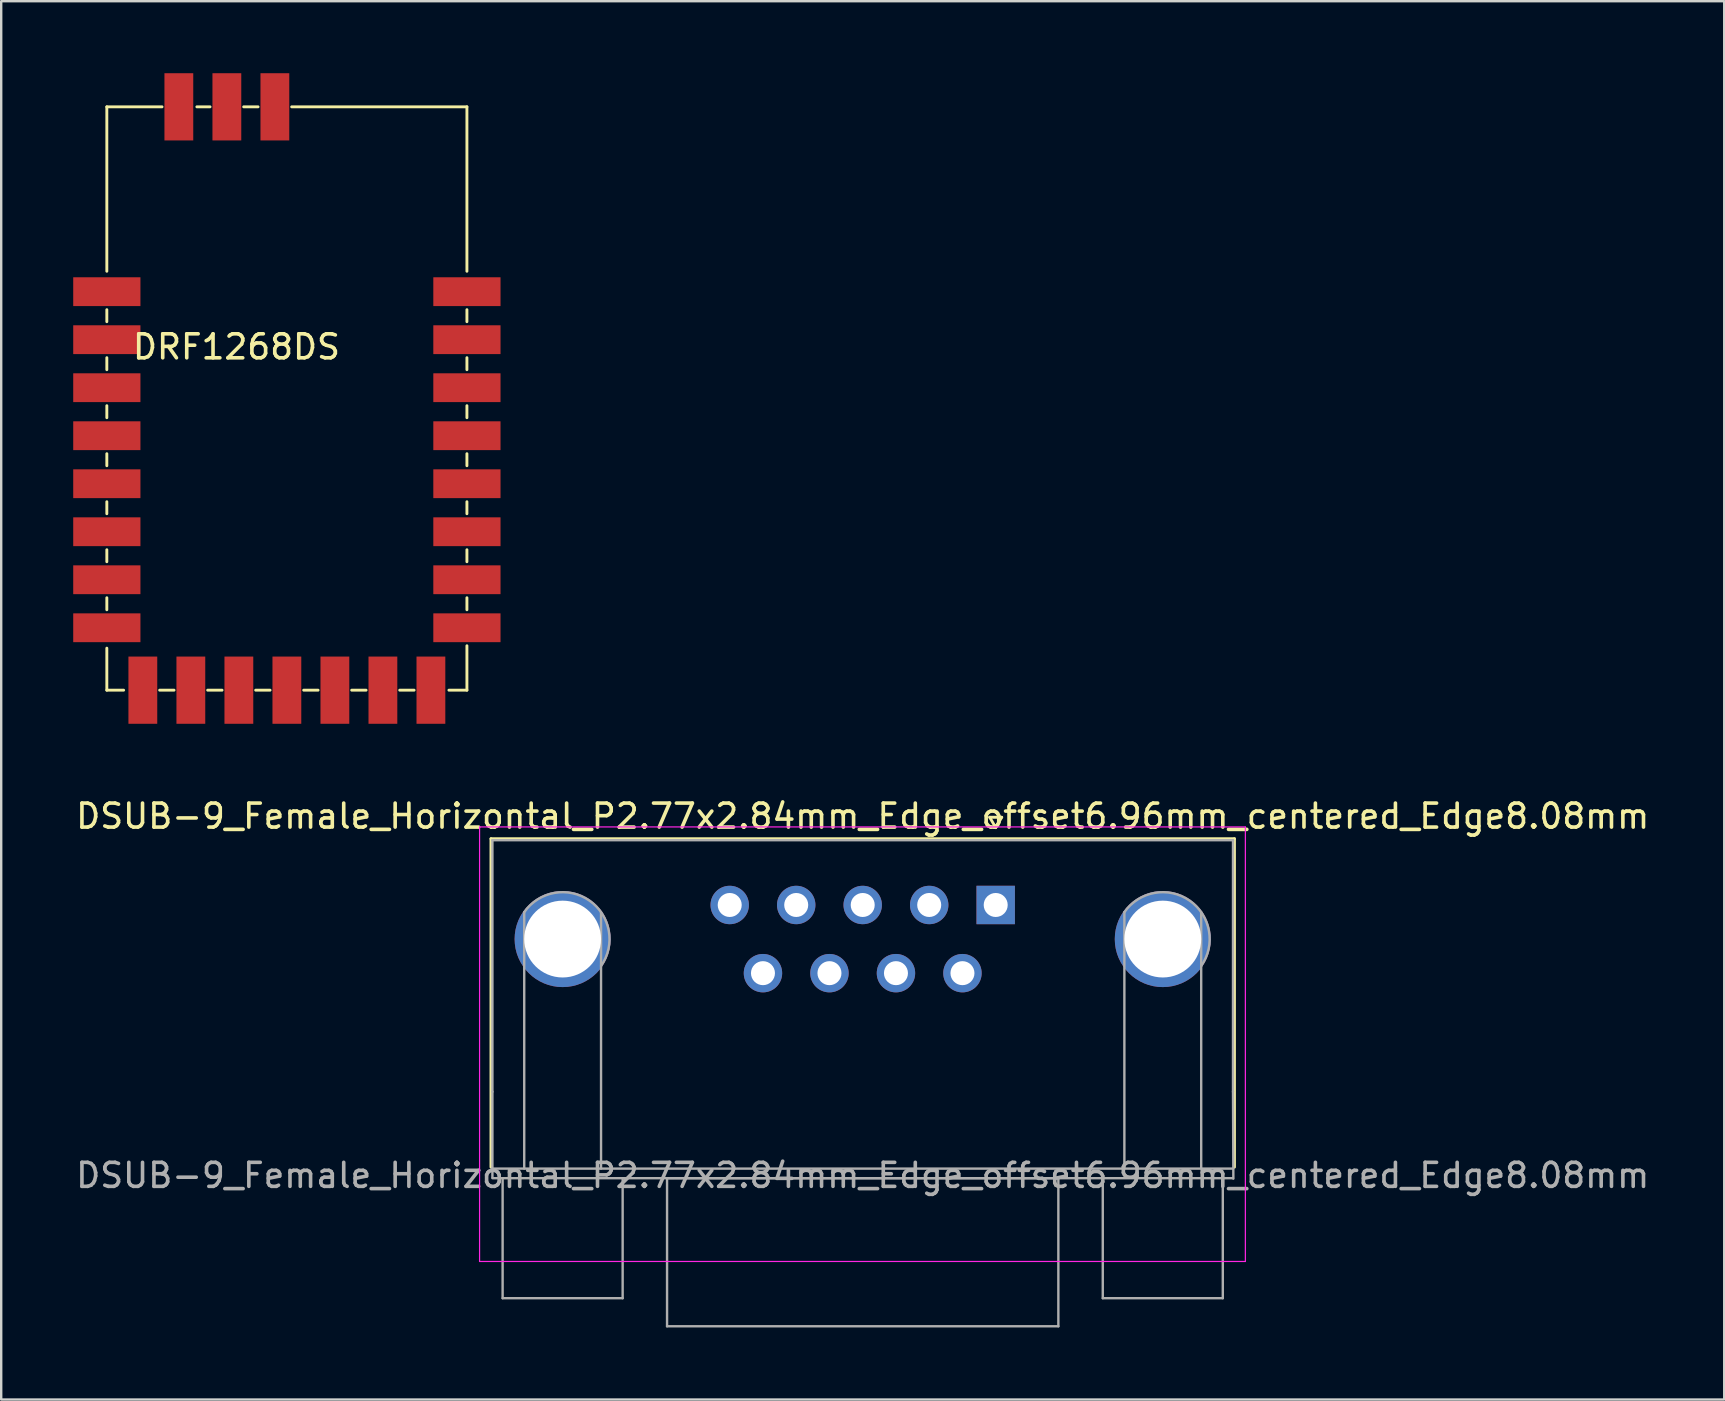
<source format=kicad_pcb>
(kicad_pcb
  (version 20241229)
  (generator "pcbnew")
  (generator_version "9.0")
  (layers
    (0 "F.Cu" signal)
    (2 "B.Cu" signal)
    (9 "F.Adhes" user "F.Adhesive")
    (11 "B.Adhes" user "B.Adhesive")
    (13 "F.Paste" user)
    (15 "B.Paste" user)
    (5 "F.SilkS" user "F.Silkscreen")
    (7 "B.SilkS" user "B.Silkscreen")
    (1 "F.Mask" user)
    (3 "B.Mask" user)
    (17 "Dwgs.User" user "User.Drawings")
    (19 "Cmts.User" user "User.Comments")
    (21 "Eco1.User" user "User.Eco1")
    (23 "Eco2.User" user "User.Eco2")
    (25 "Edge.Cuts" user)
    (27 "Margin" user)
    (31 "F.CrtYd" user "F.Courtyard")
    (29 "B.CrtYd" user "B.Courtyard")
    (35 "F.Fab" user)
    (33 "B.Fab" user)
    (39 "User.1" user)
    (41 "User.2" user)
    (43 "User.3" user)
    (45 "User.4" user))
  (footprint "DRF1268DS"
    (layer "F.Cu")
    (at 8.9 13.55)
    (property "Reference" "DRF1268DS" (at -2.1 -2.15 0) (layer "F.SilkS") (effects (font (size 1 1) (thickness 0.15))))
    (attr through_hole)
    (fp_line (start -7.5 -12.15) (end -5.2 -12.15) (stroke (width 0.12) (type solid)) (layer "F.SilkS"))
    (fp_line (start -7.5 -5.3) (end -7.5 -12.15) (stroke (width 0.12) (type solid)) (layer "F.SilkS"))
    (fp_line (start -7.5 -3.2) (end -7.5 -3.7) (stroke (width 0.12) (type solid)) (layer "F.SilkS"))
    (fp_line (start -7.5 -1.2) (end -7.5 -1.7) (stroke (width 0.12) (type solid)) (layer "F.SilkS"))
    (fp_line (start -7.5 0.8) (end -7.5 0.3) (stroke (width 0.12) (type solid)) (layer "F.SilkS"))
    (fp_line (start -7.5 2.8) (end -7.5 2.3) (stroke (width 0.12) (type solid)) (layer "F.SilkS"))
    (fp_line (start -7.5 4.8) (end -7.5 4.3) (stroke (width 0.12) (type solid)) (layer "F.SilkS"))
    (fp_line (start -7.5 6.8) (end -7.5 6.3) (stroke (width 0.12) (type solid)) (layer "F.SilkS"))
    (fp_line (start -7.5 8.8) (end -7.5 8.3) (stroke (width 0.12) (type solid)) (layer "F.SilkS"))
    (fp_line (start -7.5 12.15) (end -7.5 10.4) (stroke (width 0.12) (type solid)) (layer "F.SilkS"))
    (fp_line (start -7.5 12.15) (end -6.8 12.15) (stroke (width 0.12) (type solid)) (layer "F.SilkS"))
    (fp_line (start -5.3 12.15) (end -4.7 12.15) (stroke (width 0.12) (type solid)) (layer "F.SilkS"))
    (fp_line (start -3.3 12.15) (end -2.7 12.15) (stroke (width 0.12) (type solid)) (layer "F.SilkS"))
    (fp_line (start -3.2 -12.15) (end -3.75 -12.15) (stroke (width 0.12) (type solid)) (layer "F.SilkS"))
    (fp_line (start -1.3 12.15) (end -0.7 12.15) (stroke (width 0.12) (type solid)) (layer "F.SilkS"))
    (fp_line (start -1.2 -12.15) (end -1.8 -12.15) (stroke (width 0.12) (type solid)) (layer "F.SilkS"))
    (fp_line (start 0.7 12.15) (end 1.3 12.15) (stroke (width 0.12) (type solid)) (layer "F.SilkS"))
    (fp_line (start 2.7 12.15) (end 3.3 12.15) (stroke (width 0.12) (type solid)) (layer "F.SilkS"))
    (fp_line (start 5.3 12.15) (end 4.7 12.15) (stroke (width 0.12) (type solid)) (layer "F.SilkS"))
    (fp_line (start 7.5 -12.15) (end 0.2 -12.15) (stroke (width 0.12) (type solid)) (layer "F.SilkS"))
    (fp_line (start 7.5 -12.15) (end 7.5 -5.3) (stroke (width 0.12) (type solid)) (layer "F.SilkS"))
    (fp_line (start 7.5 -3.7) (end 7.5 -3.2) (stroke (width 0.12) (type solid)) (layer "F.SilkS"))
    (fp_line (start 7.5 -1.7) (end 7.5 -1.2) (stroke (width 0.12) (type solid)) (layer "F.SilkS"))
    (fp_line (start 7.5 0.3) (end 7.5 0.8) (stroke (width 0.12) (type solid)) (layer "F.SilkS"))
    (fp_line (start 7.5 2.3) (end 7.5 2.8) (stroke (width 0.12) (type solid)) (layer "F.SilkS"))
    (fp_line (start 7.5 4.3) (end 7.5 4.8) (stroke (width 0.12) (type solid)) (layer "F.SilkS"))
    (fp_line (start 7.5 6.3) (end 7.5 6.8) (stroke (width 0.12) (type solid)) (layer "F.SilkS"))
    (fp_line (start 7.5 8.3) (end 7.5 8.8) (stroke (width 0.12) (type solid)) (layer "F.SilkS"))
    (fp_line (start 7.5 12.15) (end 6.75 12.15) (stroke (width 0.12) (type solid)) (layer "F.SilkS"))
    (fp_line (start 7.5 12.15) (end 7.5 10.3) (stroke (width 0.12) (type solid)) (layer "F.SilkS"))
    (pad "1" smd rect (at -7.5 -4.45) (size 2.8 1.2) (layers "F.Cu" "F.Mask" "F.Paste"))
    (pad "2" smd rect (at -7.5 -2.45) (size 2.8 1.2) (layers "F.Cu" "F.Mask" "F.Paste"))
    (pad "3" smd rect (at -7.5 -0.45) (size 2.8 1.2) (layers "F.Cu" "F.Mask" "F.Paste"))
    (pad "4" smd rect (at -7.5 1.55) (size 2.8 1.2) (layers "F.Cu" "F.Mask" "F.Paste"))
    (pad "5" smd rect (at -7.5 3.55) (size 2.8 1.2) (layers "F.Cu" "F.Mask" "F.Paste"))
    (pad "6" smd rect (at -7.5 5.55) (size 2.8 1.2) (layers "F.Cu" "F.Mask" "F.Paste"))
    (pad "7" smd rect (at -7.5 7.55) (size 2.8 1.2) (layers "F.Cu" "F.Mask" "F.Paste"))
    (pad "8" smd rect (at -7.5 9.55) (size 2.8 1.2) (layers "F.Cu" "F.Mask" "F.Paste"))
    (pad "9" smd rect (at -6 12.15 90) (size 2.8 1.2) (layers "F.Cu" "F.Mask" "F.Paste"))
    (pad "10" smd rect (at -4 12.15 270) (size 2.8 1.2) (layers "F.Cu" "F.Mask" "F.Paste"))
    (pad "11" smd rect (at -2 12.15 90) (size 2.8 1.2) (layers "F.Cu" "F.Mask" "F.Paste"))
    (pad "12" smd rect (at 0 12.15 90) (size 2.8 1.2) (layers "F.Cu" "F.Mask" "F.Paste"))
    (pad "13" smd rect (at 2 12.15 90) (size 2.8 1.2) (layers "F.Cu" "F.Mask" "F.Paste"))
    (pad "14" smd rect (at 4 12.15 90) (size 2.8 1.2) (layers "F.Cu" "F.Mask" "F.Paste"))
    (pad "15" smd rect (at 6 12.15 90) (size 2.8 1.2) (layers "F.Cu" "F.Mask" "F.Paste"))
    (pad "16" smd rect (at 7.5 9.55) (size 2.8 1.2) (layers "F.Cu" "F.Mask" "F.Paste"))
    (pad "17" smd rect (at 7.5 7.55) (size 2.8 1.2) (layers "F.Cu" "F.Mask" "F.Paste"))
    (pad "18" smd rect (at 7.5 5.55) (size 2.8 1.2) (layers "F.Cu" "F.Mask" "F.Paste"))
    (pad "19" smd rect (at 7.5 3.55) (size 2.8 1.2) (layers "F.Cu" "F.Mask" "F.Paste"))
    (pad "20" smd rect (at 7.5 1.55) (size 2.8 1.2) (layers "F.Cu" "F.Mask" "F.Paste"))
    (pad "21" smd rect (at 7.5 -0.45) (size 2.8 1.2) (layers "F.Cu" "F.Mask" "F.Paste"))
    (pad "22" smd rect (at 7.5 -2.45) (size 2.8 1.2) (layers "F.Cu" "F.Mask" "F.Paste"))
    (pad "23" smd rect (at 7.5 -4.45 180) (size 2.8 1.2) (layers "F.Cu" "F.Mask" "F.Paste"))
    (pad "24" smd rect (at -0.5 -12.15 90) (size 2.8 1.2) (layers "F.Cu" "F.Mask" "F.Paste"))
    (pad "25" smd rect (at -2.5 -12.15 90) (size 2.8 1.2) (layers "F.Cu" "F.Mask" "F.Paste"))
    (pad "26" smd rect (at -4.5 -12.15 90) (size 2.8 1.2) (layers "F.Cu" "F.Mask" "F.Paste")))
  (footprint "DSUB-9_Female_Horizontal_P2.77x2.84mm_Edge_offset6.96mm_centered_Edge8.08mm"
    (layer "F.Cu")
    (at 38.427 34.648)
    (property "Reference" "DSUB-9_Female_Horizontal_P2.77x2.84mm_Edge_offset6.96mm_centered_Edge8.08mm" (at -5.54 -3.7 0) (layer "F.SilkS") (effects (font (size 1 1) (thickness 0.15))))
    (attr through_hole)
    (fp_line (start -21.025 -2.76) (end 9.945 -2.76) (stroke (width 0.12) (type solid)) (layer "F.SilkS"))
    (fp_line (start -21.025 10.92) (end -21.025 -2.76) (stroke (width 0.12) (type solid)) (layer "F.SilkS"))
    (fp_line (start -0.25 -3.654) (end 0.25 -3.654) (stroke (width 0.12) (type solid)) (layer "F.SilkS"))
    (fp_line (start 0 -3.221) (end -0.25 -3.654) (stroke (width 0.12) (type solid)) (layer "F.SilkS"))
    (fp_line (start 0.25 -3.654) (end 0 -3.221) (stroke (width 0.12) (type solid)) (layer "F.SilkS"))
    (fp_line (start 9.945 -2.76) (end 9.945 10.92) (stroke (width 0.12) (type solid)) (layer "F.SilkS"))
    (fp_line (start -21.5 -3.25) (end -21.5 14.85) (stroke (width 0.05) (type solid)) (layer "F.CrtYd"))
    (fp_line (start -21.5 14.85) (end 10.4 14.85) (stroke (width 0.05) (type solid)) (layer "F.CrtYd"))
    (fp_line (start 10.4 -3.25) (end -21.5 -3.25) (stroke (width 0.05) (type solid)) (layer "F.CrtYd"))
    (fp_line (start 10.4 14.85) (end 10.4 -3.25) (stroke (width 0.05) (type solid)) (layer "F.CrtYd"))
    (fp_line (start -20.965 -2.7) (end -20.965 7.78) (stroke (width 0.1) (type solid)) (layer "F.Fab"))
    (fp_line (start -20.965 7.78) (end -20.965 11.35) (stroke (width 0.1) (type solid)) (layer "F.Fab"))
    (fp_line (start -20.965 11.38) (end 9.885 11.38) (stroke (width 0.1) (type solid)) (layer "F.Fab"))
    (fp_line (start -20.54 11.38) (end -20.54 16.38) (stroke (width 0.1) (type solid)) (layer "F.Fab"))
    (fp_line (start -20.54 16.38) (end -15.54 16.38) (stroke (width 0.1) (type solid)) (layer "F.Fab"))
    (fp_line (start -19.64 10.98) (end -19.64 0.3) (stroke (width 0.1) (type solid)) (layer "F.Fab"))
    (fp_line (start -16.44 10.98) (end -16.44 0.3) (stroke (width 0.1) (type solid)) (layer "F.Fab"))
    (fp_line (start -15.54 16.38) (end -15.54 11.38) (stroke (width 0.1) (type solid)) (layer "F.Fab"))
    (fp_line (start -13.69 11.38) (end -13.69 17.55) (stroke (width 0.1) (type solid)) (layer "F.Fab"))
    (fp_line (start -13.69 17.55) (end 2.61 17.55) (stroke (width 0.1) (type solid)) (layer "F.Fab"))
    (fp_line (start 2.61 11.38) (end -13.69 11.38) (stroke (width 0.1) (type solid)) (layer "F.Fab"))
    (fp_line (start 2.61 17.55) (end 2.61 11.38) (stroke (width 0.1) (type solid)) (layer "F.Fab"))
    (fp_line (start 4.46 11.38) (end 4.46 16.38) (stroke (width 0.1) (type solid)) (layer "F.Fab"))
    (fp_line (start 4.46 16.38) (end 9.46 16.38) (stroke (width 0.1) (type solid)) (layer "F.Fab"))
    (fp_line (start 5.36 10.98) (end 5.36 0.3) (stroke (width 0.1) (type solid)) (layer "F.Fab"))
    (fp_line (start 8.56 10.98) (end 8.56 0.3) (stroke (width 0.1) (type solid)) (layer "F.Fab"))
    (fp_line (start 9.46 16.38) (end 9.46 11.38) (stroke (width 0.1) (type solid)) (layer "F.Fab"))
    (fp_line (start 9.885 -2.7) (end -20.965 -2.7) (stroke (width 0.1) (type solid)) (layer "F.Fab"))
    (fp_line (start 9.885 7.78) (end 9.885 -2.7) (stroke (width 0.1) (type solid)) (layer "F.Fab"))
    (fp_line (start 9.885 10.98) (end -20.965 10.98) (stroke (width 0.1) (type solid)) (layer "F.Fab"))
    (fp_line (start 9.9 11.4) (end 9.885 7.78) (stroke (width 0.1) (type solid)) (layer "F.Fab"))
    (fp_arc (start -19.64 0.3) (mid -16.92 -0.18) (end -16.44 2.54) (stroke (width 0.1) (type solid)) (layer "F.Fab"))
    (fp_arc (start 5.36 0.3) (mid 8.08 -0.18) (end 8.56 2.54) (stroke (width 0.1) (type solid)) (layer "F.Fab"))
    (fp_text user "${REFERENCE}" (at -5.54 11.265 0) (layer "F.Fab") (effects (font (size 1 1) (thickness 0.15))))
    (pad "0" thru_hole circle (at -18.04 1.42) (size 4 4) (drill 3.2) (layers "*.Cu" "*.Mask"))
    (pad "0" thru_hole circle (at 6.96 1.42) (size 4 4) (drill 3.2) (layers "*.Cu" "*.Mask"))
    (pad "1" thru_hole rect (at 0 0) (size 1.6 1.6) (drill 1) (layers "*.Cu" "*.Mask"))
    (pad "2" thru_hole circle (at -2.77 0) (size 1.6 1.6) (drill 1) (layers "*.Cu" "*.Mask"))
    (pad "3" thru_hole circle (at -5.54 0) (size 1.6 1.6) (drill 1) (layers "*.Cu" "*.Mask"))
    (pad "4" thru_hole circle (at -8.31 0) (size 1.6 1.6) (drill 1) (layers "*.Cu" "*.Mask"))
    (pad "5" thru_hole circle (at -11.08 0) (size 1.6 1.6) (drill 1) (layers "*.Cu" "*.Mask"))
    (pad "6" thru_hole circle (at -1.385 2.84) (size 1.6 1.6) (drill 1) (layers "*.Cu" "*.Mask"))
    (pad "7" thru_hole circle (at -4.155 2.84) (size 1.6 1.6) (drill 1) (layers "*.Cu" "*.Mask"))
    (pad "8" thru_hole circle (at -6.925 2.84) (size 1.6 1.6) (drill 1) (layers "*.Cu" "*.Mask"))
    (pad "9" thru_hole circle (at -9.695 2.84) (size 1.6 1.6) (drill 1) (layers "*.Cu" "*.Mask")))
  (gr_rect
    (start -3 -3)
    (end 68.774 55.248)
    (stroke (width 0.1) (type default))
    (fill no)
    (layer "Edge.Cuts")))
</source>
